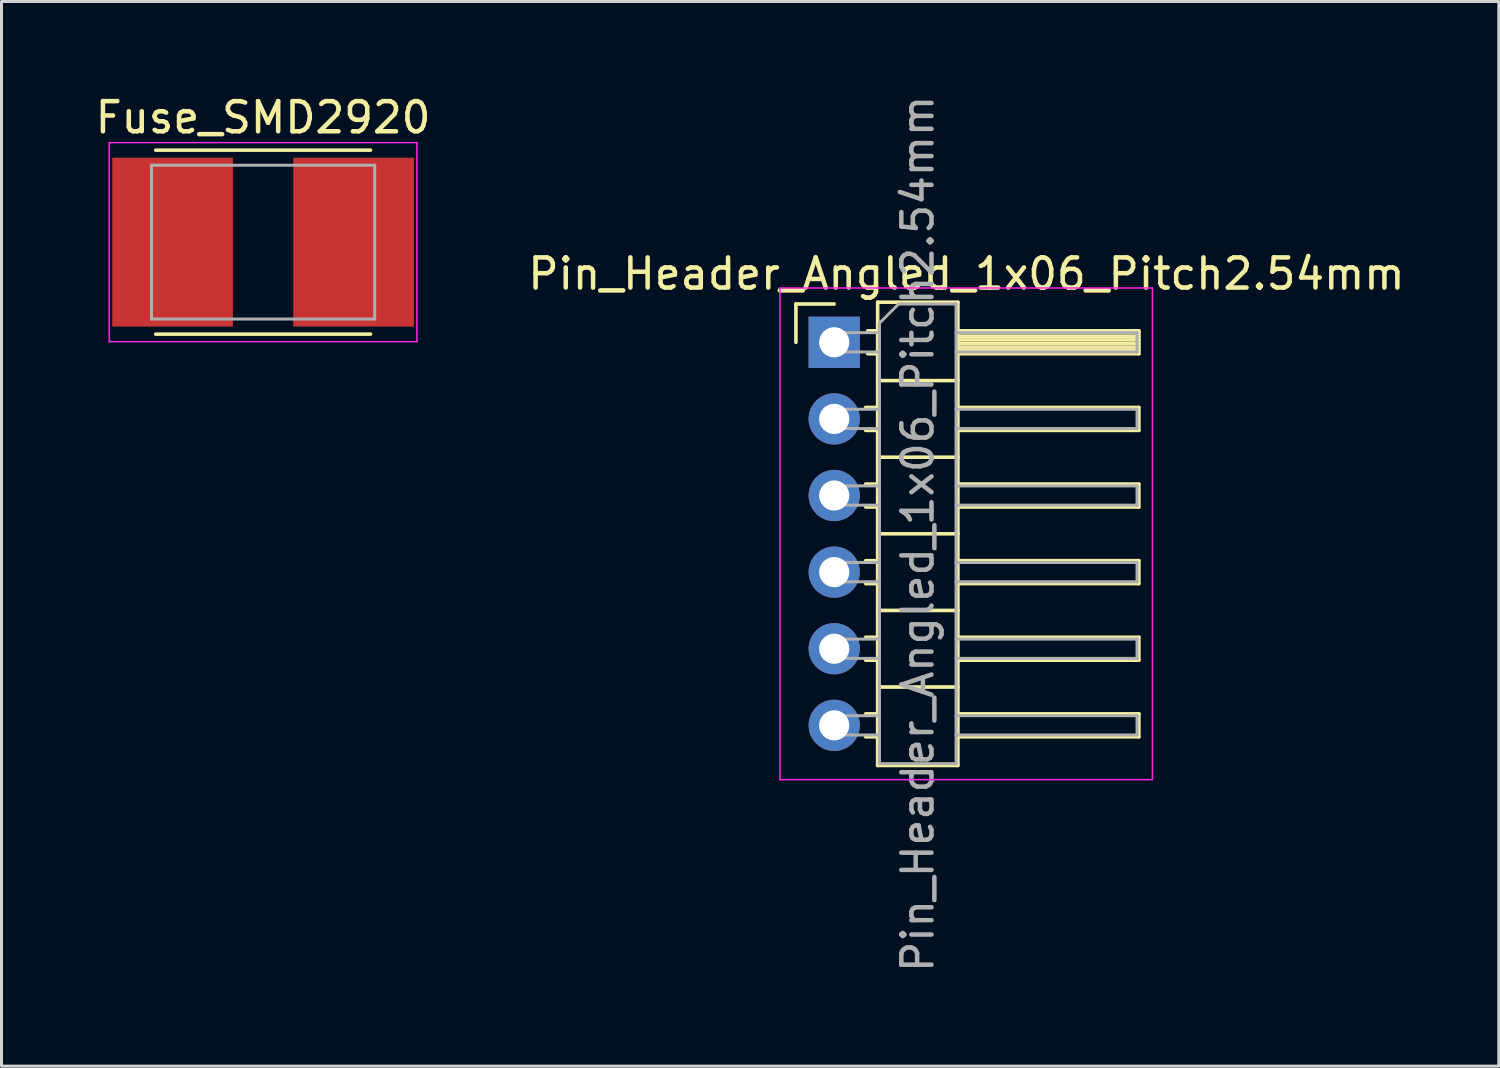
<source format=kicad_pcb>
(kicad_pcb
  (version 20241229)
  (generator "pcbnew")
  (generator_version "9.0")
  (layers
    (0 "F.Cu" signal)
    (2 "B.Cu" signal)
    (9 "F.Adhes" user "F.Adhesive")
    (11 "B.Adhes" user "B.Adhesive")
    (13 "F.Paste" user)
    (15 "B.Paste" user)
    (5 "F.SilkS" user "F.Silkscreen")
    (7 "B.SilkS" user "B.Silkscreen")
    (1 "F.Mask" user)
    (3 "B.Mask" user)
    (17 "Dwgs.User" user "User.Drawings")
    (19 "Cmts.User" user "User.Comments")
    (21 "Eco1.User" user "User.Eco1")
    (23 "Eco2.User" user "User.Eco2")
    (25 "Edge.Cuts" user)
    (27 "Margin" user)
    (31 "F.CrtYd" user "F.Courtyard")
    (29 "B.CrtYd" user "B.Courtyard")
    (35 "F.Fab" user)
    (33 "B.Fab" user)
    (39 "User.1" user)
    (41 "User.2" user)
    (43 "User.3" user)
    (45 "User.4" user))
  (footprint "Pin_Header_Angled_1x06_Pitch2.54mm"
    (layer "F.Cu")
    (at 24.609 8.299)
    (property "Reference" "Pin_Header_Angled_1x06_Pitch2.54mm" (at 4.385 -2.27 0) (layer "F.SilkS") (effects (font (size 1 1) (thickness 0.15))))
    (attr through_hole)
    (fp_line (start -1.27 -1.27) (end 0 -1.27) (stroke (width 0.12) (type solid)) (layer "F.SilkS"))
    (fp_line (start -1.27 0) (end -1.27 -1.27) (stroke (width 0.12) (type solid)) (layer "F.SilkS"))
    (fp_line (start 1.043 2.16) (end 1.44 2.16) (stroke (width 0.12) (type solid)) (layer "F.SilkS"))
    (fp_line (start 1.043 2.92) (end 1.44 2.92) (stroke (width 0.12) (type solid)) (layer "F.SilkS"))
    (fp_line (start 1.043 4.7) (end 1.44 4.7) (stroke (width 0.12) (type solid)) (layer "F.SilkS"))
    (fp_line (start 1.043 5.46) (end 1.44 5.46) (stroke (width 0.12) (type solid)) (layer "F.SilkS"))
    (fp_line (start 1.043 7.24) (end 1.44 7.24) (stroke (width 0.12) (type solid)) (layer "F.SilkS"))
    (fp_line (start 1.043 8) (end 1.44 8) (stroke (width 0.12) (type solid)) (layer "F.SilkS"))
    (fp_line (start 1.043 9.78) (end 1.44 9.78) (stroke (width 0.12) (type solid)) (layer "F.SilkS"))
    (fp_line (start 1.043 10.54) (end 1.44 10.54) (stroke (width 0.12) (type solid)) (layer "F.SilkS"))
    (fp_line (start 1.043 12.32) (end 1.44 12.32) (stroke (width 0.12) (type solid)) (layer "F.SilkS"))
    (fp_line (start 1.043 13.08) (end 1.44 13.08) (stroke (width 0.12) (type solid)) (layer "F.SilkS"))
    (fp_line (start 1.11 -0.38) (end 1.44 -0.38) (stroke (width 0.12) (type solid)) (layer "F.SilkS"))
    (fp_line (start 1.11 0.38) (end 1.44 0.38) (stroke (width 0.12) (type solid)) (layer "F.SilkS"))
    (fp_line (start 1.44 -1.33) (end 1.44 14.03) (stroke (width 0.12) (type solid)) (layer "F.SilkS"))
    (fp_line (start 1.44 1.27) (end 4.1 1.27) (stroke (width 0.12) (type solid)) (layer "F.SilkS"))
    (fp_line (start 1.44 3.81) (end 4.1 3.81) (stroke (width 0.12) (type solid)) (layer "F.SilkS"))
    (fp_line (start 1.44 6.35) (end 4.1 6.35) (stroke (width 0.12) (type solid)) (layer "F.SilkS"))
    (fp_line (start 1.44 8.89) (end 4.1 8.89) (stroke (width 0.12) (type solid)) (layer "F.SilkS"))
    (fp_line (start 1.44 11.43) (end 4.1 11.43) (stroke (width 0.12) (type solid)) (layer "F.SilkS"))
    (fp_line (start 1.44 14.03) (end 4.1 14.03) (stroke (width 0.12) (type solid)) (layer "F.SilkS"))
    (fp_line (start 4.1 -1.33) (end 1.44 -1.33) (stroke (width 0.12) (type solid)) (layer "F.SilkS"))
    (fp_line (start 4.1 -0.38) (end 10.1 -0.38) (stroke (width 0.12) (type solid)) (layer "F.SilkS"))
    (fp_line (start 4.1 -0.32) (end 10.1 -0.32) (stroke (width 0.12) (type solid)) (layer "F.SilkS"))
    (fp_line (start 4.1 -0.2) (end 10.1 -0.2) (stroke (width 0.12) (type solid)) (layer "F.SilkS"))
    (fp_line (start 4.1 -0.08) (end 10.1 -0.08) (stroke (width 0.12) (type solid)) (layer "F.SilkS"))
    (fp_line (start 4.1 0.04) (end 10.1 0.04) (stroke (width 0.12) (type solid)) (layer "F.SilkS"))
    (fp_line (start 4.1 0.16) (end 10.1 0.16) (stroke (width 0.12) (type solid)) (layer "F.SilkS"))
    (fp_line (start 4.1 0.28) (end 10.1 0.28) (stroke (width 0.12) (type solid)) (layer "F.SilkS"))
    (fp_line (start 4.1 2.16) (end 10.1 2.16) (stroke (width 0.12) (type solid)) (layer "F.SilkS"))
    (fp_line (start 4.1 4.7) (end 10.1 4.7) (stroke (width 0.12) (type solid)) (layer "F.SilkS"))
    (fp_line (start 4.1 7.24) (end 10.1 7.24) (stroke (width 0.12) (type solid)) (layer "F.SilkS"))
    (fp_line (start 4.1 9.78) (end 10.1 9.78) (stroke (width 0.12) (type solid)) (layer "F.SilkS"))
    (fp_line (start 4.1 12.32) (end 10.1 12.32) (stroke (width 0.12) (type solid)) (layer "F.SilkS"))
    (fp_line (start 4.1 14.03) (end 4.1 -1.33) (stroke (width 0.12) (type solid)) (layer "F.SilkS"))
    (fp_line (start 10.1 -0.38) (end 10.1 0.38) (stroke (width 0.12) (type solid)) (layer "F.SilkS"))
    (fp_line (start 10.1 0.38) (end 4.1 0.38) (stroke (width 0.12) (type solid)) (layer "F.SilkS"))
    (fp_line (start 10.1 2.16) (end 10.1 2.92) (stroke (width 0.12) (type solid)) (layer "F.SilkS"))
    (fp_line (start 10.1 2.92) (end 4.1 2.92) (stroke (width 0.12) (type solid)) (layer "F.SilkS"))
    (fp_line (start 10.1 4.7) (end 10.1 5.46) (stroke (width 0.12) (type solid)) (layer "F.SilkS"))
    (fp_line (start 10.1 5.46) (end 4.1 5.46) (stroke (width 0.12) (type solid)) (layer "F.SilkS"))
    (fp_line (start 10.1 7.24) (end 10.1 8) (stroke (width 0.12) (type solid)) (layer "F.SilkS"))
    (fp_line (start 10.1 8) (end 4.1 8) (stroke (width 0.12) (type solid)) (layer "F.SilkS"))
    (fp_line (start 10.1 9.78) (end 10.1 10.54) (stroke (width 0.12) (type solid)) (layer "F.SilkS"))
    (fp_line (start 10.1 10.54) (end 4.1 10.54) (stroke (width 0.12) (type solid)) (layer "F.SilkS"))
    (fp_line (start 10.1 12.32) (end 10.1 13.08) (stroke (width 0.12) (type solid)) (layer "F.SilkS"))
    (fp_line (start 10.1 13.08) (end 4.1 13.08) (stroke (width 0.12) (type solid)) (layer "F.SilkS"))
    (fp_line (start -1.8 -1.8) (end -1.8 14.5) (stroke (width 0.05) (type solid)) (layer "F.CrtYd"))
    (fp_line (start -1.8 14.5) (end 10.55 14.5) (stroke (width 0.05) (type solid)) (layer "F.CrtYd"))
    (fp_line (start 10.55 -1.8) (end -1.8 -1.8) (stroke (width 0.05) (type solid)) (layer "F.CrtYd"))
    (fp_line (start 10.55 14.5) (end 10.55 -1.8) (stroke (width 0.05) (type solid)) (layer "F.CrtYd"))
    (fp_line (start -0.32 -0.32) (end -0.32 0.32) (stroke (width 0.1) (type solid)) (layer "F.Fab"))
    (fp_line (start -0.32 -0.32) (end 1.5 -0.32) (stroke (width 0.1) (type solid)) (layer "F.Fab"))
    (fp_line (start -0.32 0.32) (end 1.5 0.32) (stroke (width 0.1) (type solid)) (layer "F.Fab"))
    (fp_line (start -0.32 2.22) (end -0.32 2.86) (stroke (width 0.1) (type solid)) (layer "F.Fab"))
    (fp_line (start -0.32 2.22) (end 1.5 2.22) (stroke (width 0.1) (type solid)) (layer "F.Fab"))
    (fp_line (start -0.32 2.86) (end 1.5 2.86) (stroke (width 0.1) (type solid)) (layer "F.Fab"))
    (fp_line (start -0.32 4.76) (end -0.32 5.4) (stroke (width 0.1) (type solid)) (layer "F.Fab"))
    (fp_line (start -0.32 4.76) (end 1.5 4.76) (stroke (width 0.1) (type solid)) (layer "F.Fab"))
    (fp_line (start -0.32 5.4) (end 1.5 5.4) (stroke (width 0.1) (type solid)) (layer "F.Fab"))
    (fp_line (start -0.32 7.3) (end -0.32 7.94) (stroke (width 0.1) (type solid)) (layer "F.Fab"))
    (fp_line (start -0.32 7.3) (end 1.5 7.3) (stroke (width 0.1) (type solid)) (layer "F.Fab"))
    (fp_line (start -0.32 7.94) (end 1.5 7.94) (stroke (width 0.1) (type solid)) (layer "F.Fab"))
    (fp_line (start -0.32 9.84) (end -0.32 10.48) (stroke (width 0.1) (type solid)) (layer "F.Fab"))
    (fp_line (start -0.32 9.84) (end 1.5 9.84) (stroke (width 0.1) (type solid)) (layer "F.Fab"))
    (fp_line (start -0.32 10.48) (end 1.5 10.48) (stroke (width 0.1) (type solid)) (layer "F.Fab"))
    (fp_line (start -0.32 12.38) (end -0.32 13.02) (stroke (width 0.1) (type solid)) (layer "F.Fab"))
    (fp_line (start -0.32 12.38) (end 1.5 12.38) (stroke (width 0.1) (type solid)) (layer "F.Fab"))
    (fp_line (start -0.32 13.02) (end 1.5 13.02) (stroke (width 0.1) (type solid)) (layer "F.Fab"))
    (fp_line (start 1.5 -0.635) (end 2.135 -1.27) (stroke (width 0.1) (type solid)) (layer "F.Fab"))
    (fp_line (start 1.5 13.97) (end 1.5 -0.635) (stroke (width 0.1) (type solid)) (layer "F.Fab"))
    (fp_line (start 2.135 -1.27) (end 4.04 -1.27) (stroke (width 0.1) (type solid)) (layer "F.Fab"))
    (fp_line (start 4.04 -1.27) (end 4.04 13.97) (stroke (width 0.1) (type solid)) (layer "F.Fab"))
    (fp_line (start 4.04 -0.32) (end 10.04 -0.32) (stroke (width 0.1) (type solid)) (layer "F.Fab"))
    (fp_line (start 4.04 0.32) (end 10.04 0.32) (stroke (width 0.1) (type solid)) (layer "F.Fab"))
    (fp_line (start 4.04 2.22) (end 10.04 2.22) (stroke (width 0.1) (type solid)) (layer "F.Fab"))
    (fp_line (start 4.04 2.86) (end 10.04 2.86) (stroke (width 0.1) (type solid)) (layer "F.Fab"))
    (fp_line (start 4.04 4.76) (end 10.04 4.76) (stroke (width 0.1) (type solid)) (layer "F.Fab"))
    (fp_line (start 4.04 5.4) (end 10.04 5.4) (stroke (width 0.1) (type solid)) (layer "F.Fab"))
    (fp_line (start 4.04 7.3) (end 10.04 7.3) (stroke (width 0.1) (type solid)) (layer "F.Fab"))
    (fp_line (start 4.04 7.94) (end 10.04 7.94) (stroke (width 0.1) (type solid)) (layer "F.Fab"))
    (fp_line (start 4.04 9.84) (end 10.04 9.84) (stroke (width 0.1) (type solid)) (layer "F.Fab"))
    (fp_line (start 4.04 10.48) (end 10.04 10.48) (stroke (width 0.1) (type solid)) (layer "F.Fab"))
    (fp_line (start 4.04 12.38) (end 10.04 12.38) (stroke (width 0.1) (type solid)) (layer "F.Fab"))
    (fp_line (start 4.04 13.02) (end 10.04 13.02) (stroke (width 0.1) (type solid)) (layer "F.Fab"))
    (fp_line (start 4.04 13.97) (end 1.5 13.97) (stroke (width 0.1) (type solid)) (layer "F.Fab"))
    (fp_line (start 10.04 -0.32) (end 10.04 0.32) (stroke (width 0.1) (type solid)) (layer "F.Fab"))
    (fp_line (start 10.04 2.22) (end 10.04 2.86) (stroke (width 0.1) (type solid)) (layer "F.Fab"))
    (fp_line (start 10.04 4.76) (end 10.04 5.4) (stroke (width 0.1) (type solid)) (layer "F.Fab"))
    (fp_line (start 10.04 7.3) (end 10.04 7.94) (stroke (width 0.1) (type solid)) (layer "F.Fab"))
    (fp_line (start 10.04 9.84) (end 10.04 10.48) (stroke (width 0.1) (type solid)) (layer "F.Fab"))
    (fp_line (start 10.04 12.38) (end 10.04 13.02) (stroke (width 0.1) (type solid)) (layer "F.Fab"))
    (fp_text user "${REFERENCE}" (at 2.77 6.35 90) (layer "F.Fab") (effects (font (size 1 1) (thickness 0.15))))
    (pad "1" thru_hole rect (at 0 0) (size 1.7 1.7) (drill 1) (layers "*.Cu" "*.Mask"))
    (pad "2" thru_hole oval (at 0 2.54) (size 1.7 1.7) (drill 1) (layers "*.Cu" "*.Mask"))
    (pad "3" thru_hole oval (at 0 5.08) (size 1.7 1.7) (drill 1) (layers "*.Cu" "*.Mask"))
    (pad "4" thru_hole oval (at 0 7.62) (size 1.7 1.7) (drill 1) (layers "*.Cu" "*.Mask"))
    (pad "5" thru_hole oval (at 0 10.16) (size 1.7 1.7) (drill 1) (layers "*.Cu" "*.Mask"))
    (pad "6" thru_hole oval (at 0 12.7) (size 1.7 1.7) (drill 1) (layers "*.Cu" "*.Mask")))
  (footprint "Fuse_SMD2920"
    (layer "F.Cu")
    (at 5.673 4.978)
    (property "Reference" "Fuse_SMD2920" (at 0 -4.13 0) (layer "F.SilkS") (effects (font (size 1 1) (thickness 0.15))))
    (attr smd)
    (fp_line (start -3.56 -3.05) (end 3.56 -3.05) (stroke (width 0.12) (type solid)) (layer "F.SilkS"))
    (fp_line (start -3.56 3.05) (end 3.56 3.05) (stroke (width 0.12) (type solid)) (layer "F.SilkS"))
    (fp_line (start -5.1 -3.3) (end -5.1 3.3) (stroke (width 0.05) (type solid)) (layer "F.CrtYd"))
    (fp_line (start -5.1 -3.3) (end 5.1 -3.3) (stroke (width 0.05) (type solid)) (layer "F.CrtYd"))
    (fp_line (start -5.1 3.3) (end 5.1 3.3) (stroke (width 0.05) (type solid)) (layer "F.CrtYd"))
    (fp_line (start 5.1 -3.3) (end 5.1 3.3) (stroke (width 0.05) (type solid)) (layer "F.CrtYd"))
    (fp_line (start -3.7 -2.55) (end 3.7 -2.55) (stroke (width 0.1) (type solid)) (layer "F.Fab"))
    (fp_line (start -3.7 2.55) (end -3.7 -2.55) (stroke (width 0.1) (type solid)) (layer "F.Fab"))
    (fp_line (start 3.7 -2.55) (end 3.7 2.55) (stroke (width 0.1) (type solid)) (layer "F.Fab"))
    (fp_line (start 3.7 2.55) (end -3.7 2.55) (stroke (width 0.1) (type solid)) (layer "F.Fab"))
    (pad "1" smd rect (at -3 0 90) (size 5.6 4) (layers "F.Cu" "F.Mask" "F.Paste"))
    (pad "2" smd rect (at 3 0 90) (size 5.6 4) (layers "F.Cu" "F.Mask" "F.Paste")))
  (gr_rect
    (start -3 -3)
    (end 46.643 32.298)
    (stroke (width 0.1) (type default))
    (fill no)
    (layer "Edge.Cuts")))
</source>
